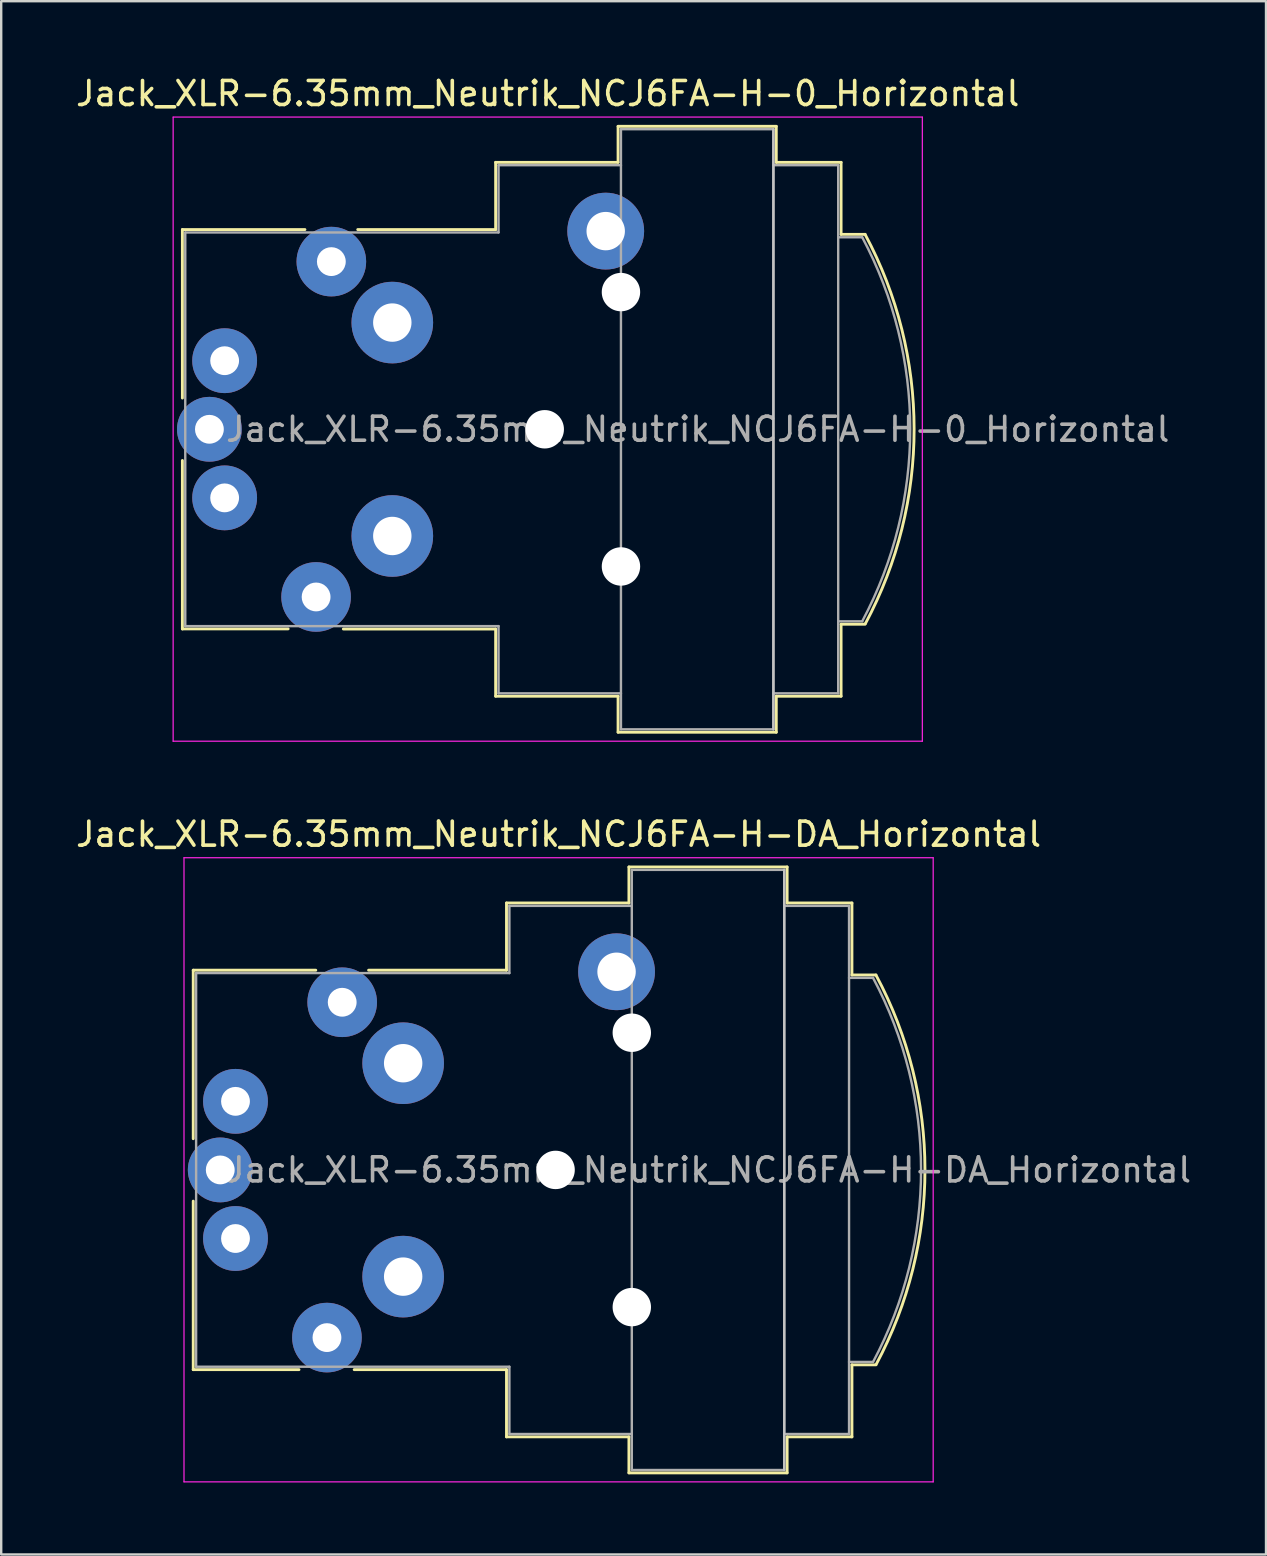
<source format=kicad_pcb>
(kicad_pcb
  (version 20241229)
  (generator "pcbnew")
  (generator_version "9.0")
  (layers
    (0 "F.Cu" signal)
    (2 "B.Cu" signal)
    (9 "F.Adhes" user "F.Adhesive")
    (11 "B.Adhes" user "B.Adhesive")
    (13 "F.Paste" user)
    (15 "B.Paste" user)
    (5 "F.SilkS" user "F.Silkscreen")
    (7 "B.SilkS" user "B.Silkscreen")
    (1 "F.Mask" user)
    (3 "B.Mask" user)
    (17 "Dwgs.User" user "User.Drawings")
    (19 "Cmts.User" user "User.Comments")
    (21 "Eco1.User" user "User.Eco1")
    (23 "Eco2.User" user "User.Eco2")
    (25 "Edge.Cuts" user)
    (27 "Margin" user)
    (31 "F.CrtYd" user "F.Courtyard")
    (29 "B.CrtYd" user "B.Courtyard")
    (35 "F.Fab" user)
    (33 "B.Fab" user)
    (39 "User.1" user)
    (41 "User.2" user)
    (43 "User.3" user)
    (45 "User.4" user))
  (footprint "Jack_XLR-6.35mm_Neutrik_NCJ6FA-H-DA_Horizontal"
    (layer "F.Cu")
    (at 11.205 38.702)
    (property "Reference" "Jack_XLR-6.35mm_Neutrik_NCJ6FA-H-DA_Horizontal" (at 9.015 -7 0) (layer "F.SilkS") (effects (font (size 1 1) (thickness 0.15))))
    (attr through_hole)
    (fp_line (start -6.205 -1.335) (end -6.205 5.685) (stroke (width 0.12) (type solid)) (layer "F.SilkS"))
    (fp_line (start -6.205 8.285) (end -6.205 15.305) (stroke (width 0.12) (type solid)) (layer "F.SilkS"))
    (fp_line (start -1.8 15.305) (end -6.205 15.305) (stroke (width 0.12) (type solid)) (layer "F.SilkS"))
    (fp_line (start -1.1 -1.335) (end -6.205 -1.335) (stroke (width 0.12) (type solid)) (layer "F.SilkS"))
    (fp_line (start 6.845 -4.135) (end 6.845 -1.335) (stroke (width 0.12) (type solid)) (layer "F.SilkS"))
    (fp_line (start 6.845 -1.335) (end 1.1 -1.335) (stroke (width 0.12) (type solid)) (layer "F.SilkS"))
    (fp_line (start 6.845 15.305) (end 0.5 15.305) (stroke (width 0.12) (type solid)) (layer "F.SilkS"))
    (fp_line (start 6.845 18.105) (end 6.845 15.305) (stroke (width 0.12) (type solid)) (layer "F.SilkS"))
    (fp_line (start 11.945 -4.135) (end 6.845 -4.135) (stroke (width 0.12) (type solid)) (layer "F.SilkS"))
    (fp_line (start 11.945 -4.135) (end 11.945 -5.635) (stroke (width 0.12) (type solid)) (layer "F.SilkS"))
    (fp_line (start 11.945 18.105) (end 6.845 18.105) (stroke (width 0.12) (type solid)) (layer "F.SilkS"))
    (fp_line (start 11.945 19.605) (end 11.945 18.105) (stroke (width 0.12) (type solid)) (layer "F.SilkS"))
    (fp_line (start 18.535 -5.635) (end 11.945 -5.635) (stroke (width 0.12) (type solid)) (layer "F.SilkS"))
    (fp_line (start 18.535 -5.635) (end 18.535 -4.135) (stroke (width 0.12) (type solid)) (layer "F.SilkS"))
    (fp_line (start 18.535 -4.135) (end 21.235 -4.135) (stroke (width 0.12) (type solid)) (layer "F.SilkS"))
    (fp_line (start 18.535 18.105) (end 18.535 19.605) (stroke (width 0.12) (type solid)) (layer "F.SilkS"))
    (fp_line (start 18.535 18.105) (end 21.235 18.105) (stroke (width 0.12) (type solid)) (layer "F.SilkS"))
    (fp_line (start 18.535 19.605) (end 11.945 19.605) (stroke (width 0.12) (type solid)) (layer "F.SilkS"))
    (fp_line (start 21.235 -4.135) (end 21.235 -1.135) (stroke (width 0.12) (type solid)) (layer "F.SilkS"))
    (fp_line (start 21.235 -1.135) (end 22.235 -1.135) (stroke (width 0.12) (type solid)) (layer "F.SilkS"))
    (fp_line (start 21.235 15.105) (end 21.235 18.105) (stroke (width 0.12) (type solid)) (layer "F.SilkS"))
    (fp_line (start 21.235 15.105) (end 22.235 15.105) (stroke (width 0.12) (type solid)) (layer "F.SilkS"))
    (fp_arc (start 22.235 -1.135) (mid 24.27742 6.973784) (end 22.245601 15.08523) (stroke (width 0.12) (type solid)) (layer "F.SilkS"))
    (fp_line (start 18.415 -5.515) (end 18.415 19.485) (stroke (width 0.1) (type solid)) (layer "Dwgs.User"))
    (fp_line (start -6.59 -6.02) (end -6.59 19.98) (stroke (width 0.05) (type solid)) (layer "F.CrtYd"))
    (fp_line (start 24.62 -6.02) (end -6.59 -6.02) (stroke (width 0.05) (type solid)) (layer "F.CrtYd"))
    (fp_line (start 24.62 -6.02) (end 24.62 19.98) (stroke (width 0.05) (type solid)) (layer "F.CrtYd"))
    (fp_line (start 24.62 19.98) (end -6.59 19.98) (stroke (width 0.05) (type solid)) (layer "F.CrtYd"))
    (fp_line (start -6.085 -1.215) (end -6.085 15.185) (stroke (width 0.1) (type solid)) (layer "F.Fab"))
    (fp_line (start -6.085 15.185) (end 6.965 15.185) (stroke (width 0.1) (type solid)) (layer "F.Fab"))
    (fp_line (start 6.965 -4.015) (end 6.965 -1.215) (stroke (width 0.1) (type solid)) (layer "F.Fab"))
    (fp_line (start 6.965 -1.215) (end -6.085 -1.215) (stroke (width 0.1) (type solid)) (layer "F.Fab"))
    (fp_line (start 6.965 15.185) (end 6.965 17.985) (stroke (width 0.1) (type solid)) (layer "F.Fab"))
    (fp_line (start 6.965 17.985) (end 12.065 17.985) (stroke (width 0.1) (type solid)) (layer "F.Fab"))
    (fp_line (start 12.065 -5.515) (end 18.415 -5.515) (stroke (width 0.1) (type solid)) (layer "F.Fab"))
    (fp_line (start 12.065 -4.015) (end 6.965 -4.015) (stroke (width 0.1) (type solid)) (layer "F.Fab"))
    (fp_line (start 12.065 19.485) (end 12.065 -5.515) (stroke (width 0.1) (type solid)) (layer "F.Fab"))
    (fp_line (start 18.415 -5.515) (end 18.415 19.485) (stroke (width 0.1) (type solid)) (layer "F.Fab"))
    (fp_line (start 18.415 -4.015) (end 21.115 -4.015) (stroke (width 0.1) (type solid)) (layer "F.Fab"))
    (fp_line (start 18.415 19.485) (end 12.065 19.485) (stroke (width 0.1) (type solid)) (layer "F.Fab"))
    (fp_line (start 21.115 -4.015) (end 21.115 17.985) (stroke (width 0.1) (type solid)) (layer "F.Fab"))
    (fp_line (start 21.115 -1.015) (end 22.115 -1.015) (stroke (width 0.1) (type solid)) (layer "F.Fab"))
    (fp_line (start 21.115 14.985) (end 22.115 14.985) (stroke (width 0.1) (type solid)) (layer "F.Fab"))
    (fp_line (start 21.115 17.985) (end 18.415 17.985) (stroke (width 0.1) (type solid)) (layer "F.Fab"))
    (fp_arc (start 22.115 -1.015) (mid 24.114999 6.978328) (end 22.121275 14.973223) (stroke (width 0.1) (type solid)) (layer "F.Fab"))
    (fp_text user "${REFERENCE}" (at 15.265 6.985 0) (layer "F.Fab") (effects (font (size 1 1) (thickness 0.15))))
    (pad "" np_thru_hole circle (at 8.89 6.985) (size 1.6 1.6) (drill 1.6) (layers "*.Cu" "*.Mask"))
    (pad "" np_thru_hole circle (at 12.065 1.27) (size 1.6 1.6) (drill 1.6) (layers "*.Cu" "*.Mask"))
    (pad "" np_thru_hole circle (at 12.065 12.7) (size 1.6 1.6) (drill 1.6) (layers "*.Cu" "*.Mask"))
    (pad "1" thru_hole circle (at 0 0) (size 2.9 2.9) (drill 1.2) (layers "*.Cu" "*.Mask"))
    (pad "2" thru_hole circle (at -0.635 13.97) (size 2.9 2.9) (drill 1.2) (layers "*.Cu" "*.Mask"))
    (pad "3" thru_hole circle (at -5.08 6.985) (size 2.7 2.7) (drill 1.2) (layers "*.Cu" "*.Mask"))
    (pad "G" thru_hole circle (at 11.43 -1.27) (size 3.2 3.2) (drill 1.6) (layers "*.Cu" "*.Mask"))
    (pad "R" thru_hole circle (at -4.445 9.842) (size 2.7 2.7) (drill 1.2) (layers "*.Cu" "*.Mask"))
    (pad "S" thru_hole circle (at -4.445 4.128) (size 2.7 2.7) (drill 1.2) (layers "*.Cu" "*.Mask"))
    (pad "T" thru_hole circle (at 2.54 2.54) (size 3.4 3.4) (drill 1.6) (layers "*.Cu" "*.Mask"))
    (pad "T" thru_hole circle (at 2.54 11.43) (size 3.4 3.4) (drill 1.6) (layers "*.Cu" "*.Mask")))
  (footprint "Jack_XLR-6.35mm_Neutrik_NCJ6FA-H-0_Horizontal"
    (layer "F.Cu")
    (at 10.753 7.848)
    (property "Reference" "Jack_XLR-6.35mm_Neutrik_NCJ6FA-H-0_Horizontal" (at 9.015 -7 0) (layer "F.SilkS") (effects (font (size 1 1) (thickness 0.15))))
    (attr through_hole)
    (fp_line (start -6.205 -1.335) (end -6.205 5.685) (stroke (width 0.12) (type solid)) (layer "F.SilkS"))
    (fp_line (start -6.205 8.285) (end -6.205 15.305) (stroke (width 0.12) (type solid)) (layer "F.SilkS"))
    (fp_line (start -1.8 15.3) (end -6.205 15.3) (stroke (width 0.12) (type solid)) (layer "F.SilkS"))
    (fp_line (start -1.1 -1.335) (end -6.205 -1.335) (stroke (width 0.12) (type solid)) (layer "F.SilkS"))
    (fp_line (start 6.845 -4.135) (end 6.845 -1.335) (stroke (width 0.12) (type solid)) (layer "F.SilkS"))
    (fp_line (start 6.845 -1.335) (end 1.1 -1.335) (stroke (width 0.12) (type solid)) (layer "F.SilkS"))
    (fp_line (start 6.845 15.305) (end 0.5 15.305) (stroke (width 0.12) (type solid)) (layer "F.SilkS"))
    (fp_line (start 6.845 18.105) (end 6.845 15.305) (stroke (width 0.12) (type solid)) (layer "F.SilkS"))
    (fp_line (start 11.945 -4.135) (end 6.845 -4.135) (stroke (width 0.12) (type solid)) (layer "F.SilkS"))
    (fp_line (start 11.945 -4.135) (end 11.945 -5.635) (stroke (width 0.12) (type solid)) (layer "F.SilkS"))
    (fp_line (start 11.945 18.105) (end 6.845 18.105) (stroke (width 0.12) (type solid)) (layer "F.SilkS"))
    (fp_line (start 11.945 19.605) (end 11.945 18.105) (stroke (width 0.12) (type solid)) (layer "F.SilkS"))
    (fp_line (start 18.535 -5.635) (end 11.945 -5.635) (stroke (width 0.12) (type solid)) (layer "F.SilkS"))
    (fp_line (start 18.535 -5.635) (end 18.535 -4.135) (stroke (width 0.12) (type solid)) (layer "F.SilkS"))
    (fp_line (start 18.535 -4.135) (end 21.235 -4.135) (stroke (width 0.12) (type solid)) (layer "F.SilkS"))
    (fp_line (start 18.535 18.105) (end 18.535 19.605) (stroke (width 0.12) (type solid)) (layer "F.SilkS"))
    (fp_line (start 18.535 18.105) (end 21.235 18.105) (stroke (width 0.12) (type solid)) (layer "F.SilkS"))
    (fp_line (start 18.535 19.605) (end 11.945 19.605) (stroke (width 0.12) (type solid)) (layer "F.SilkS"))
    (fp_line (start 21.235 -4.135) (end 21.235 -1.135) (stroke (width 0.12) (type solid)) (layer "F.SilkS"))
    (fp_line (start 21.235 -1.135) (end 22.235 -1.135) (stroke (width 0.12) (type solid)) (layer "F.SilkS"))
    (fp_line (start 21.235 15.105) (end 21.235 18.105) (stroke (width 0.12) (type solid)) (layer "F.SilkS"))
    (fp_line (start 21.235 15.105) (end 22.235 15.105) (stroke (width 0.12) (type solid)) (layer "F.SilkS"))
    (fp_arc (start 22.235 -1.135) (mid 24.27742 6.973784) (end 22.245601 15.08523) (stroke (width 0.12) (type solid)) (layer "F.SilkS"))
    (fp_line (start 18.415 -5.515) (end 18.415 19.485) (stroke (width 0.1) (type solid)) (layer "Dwgs.User"))
    (fp_line (start -6.59 -6.02) (end -6.59 19.98) (stroke (width 0.05) (type solid)) (layer "F.CrtYd"))
    (fp_line (start 24.62 -6.02) (end -6.59 -6.02) (stroke (width 0.05) (type solid)) (layer "F.CrtYd"))
    (fp_line (start 24.62 -6.02) (end 24.62 19.98) (stroke (width 0.05) (type solid)) (layer "F.CrtYd"))
    (fp_line (start 24.62 19.98) (end -6.59 19.98) (stroke (width 0.05) (type solid)) (layer "F.CrtYd"))
    (fp_line (start -6.085 -1.215) (end -6.085 15.185) (stroke (width 0.1) (type solid)) (layer "F.Fab"))
    (fp_line (start -6.085 15.185) (end 6.965 15.185) (stroke (width 0.1) (type solid)) (layer "F.Fab"))
    (fp_line (start 6.965 -4.015) (end 6.965 -1.215) (stroke (width 0.1) (type solid)) (layer "F.Fab"))
    (fp_line (start 6.965 -1.215) (end -6.085 -1.215) (stroke (width 0.1) (type solid)) (layer "F.Fab"))
    (fp_line (start 6.965 15.185) (end 6.965 17.985) (stroke (width 0.1) (type solid)) (layer "F.Fab"))
    (fp_line (start 6.965 17.985) (end 12.065 17.985) (stroke (width 0.1) (type solid)) (layer "F.Fab"))
    (fp_line (start 12.065 -5.515) (end 18.415 -5.515) (stroke (width 0.1) (type solid)) (layer "F.Fab"))
    (fp_line (start 12.065 -4.015) (end 6.965 -4.015) (stroke (width 0.1) (type solid)) (layer "F.Fab"))
    (fp_line (start 12.065 19.485) (end 12.065 -5.515) (stroke (width 0.1) (type solid)) (layer "F.Fab"))
    (fp_line (start 18.415 -5.515) (end 18.415 19.485) (stroke (width 0.1) (type solid)) (layer "F.Fab"))
    (fp_line (start 18.415 -4.015) (end 21.115 -4.015) (stroke (width 0.1) (type solid)) (layer "F.Fab"))
    (fp_line (start 18.415 19.485) (end 12.065 19.485) (stroke (width 0.1) (type solid)) (layer "F.Fab"))
    (fp_line (start 21.115 -4.015) (end 21.115 17.985) (stroke (width 0.1) (type solid)) (layer "F.Fab"))
    (fp_line (start 21.115 -1.015) (end 22.115 -1.015) (stroke (width 0.1) (type solid)) (layer "F.Fab"))
    (fp_line (start 21.115 14.985) (end 22.115 14.985) (stroke (width 0.1) (type solid)) (layer "F.Fab"))
    (fp_line (start 21.115 17.985) (end 18.415 17.985) (stroke (width 0.1) (type solid)) (layer "F.Fab"))
    (fp_arc (start 22.115 -1.015) (mid 24.114999 6.978328) (end 22.121275 14.973223) (stroke (width 0.1) (type solid)) (layer "F.Fab"))
    (fp_text user "${REFERENCE}" (at 15.265 6.985 0) (layer "F.Fab") (effects (font (size 1 1) (thickness 0.15))))
    (pad "" np_thru_hole circle (at 8.89 6.985) (size 1.6 1.6) (drill 1.6) (layers "*.Cu" "*.Mask"))
    (pad "" np_thru_hole circle (at 12.065 1.27) (size 1.6 1.6) (drill 1.6) (layers "*.Cu" "*.Mask"))
    (pad "" np_thru_hole circle (at 12.065 12.7) (size 1.6 1.6) (drill 1.6) (layers "*.Cu" "*.Mask"))
    (pad "1" thru_hole circle (at 0 0) (size 2.9 2.9) (drill 1.2) (layers "*.Cu" "*.Mask"))
    (pad "2" thru_hole circle (at -0.635 13.97) (size 2.9 2.9) (drill 1.2) (layers "*.Cu" "*.Mask"))
    (pad "3" thru_hole circle (at -5.08 6.985) (size 2.7 2.7) (drill 1.2) (layers "*.Cu" "*.Mask"))
    (pad "G" thru_hole circle (at 11.43 -1.27) (size 3.2 3.2) (drill 1.6) (layers "*.Cu" "*.Mask"))
    (pad "R" thru_hole circle (at -4.445 9.842) (size 2.7 2.7) (drill 1.2) (layers "*.Cu" "*.Mask"))
    (pad "S" thru_hole circle (at -4.445 4.128) (size 2.7 2.7) (drill 1.2) (layers "*.Cu" "*.Mask"))
    (pad "T" thru_hole circle (at 2.54 2.54) (size 3.4 3.4) (drill 1.6) (layers "*.Cu" "*.Mask"))
    (pad "T" thru_hole circle (at 2.54 11.43) (size 3.4 3.4) (drill 1.6) (layers "*.Cu" "*.Mask")))
  (gr_rect
    (start -3 -3)
    (end 49.69 61.706)
    (stroke (width 0.1) (type default))
    (fill no)
    (layer "Edge.Cuts")))
</source>
